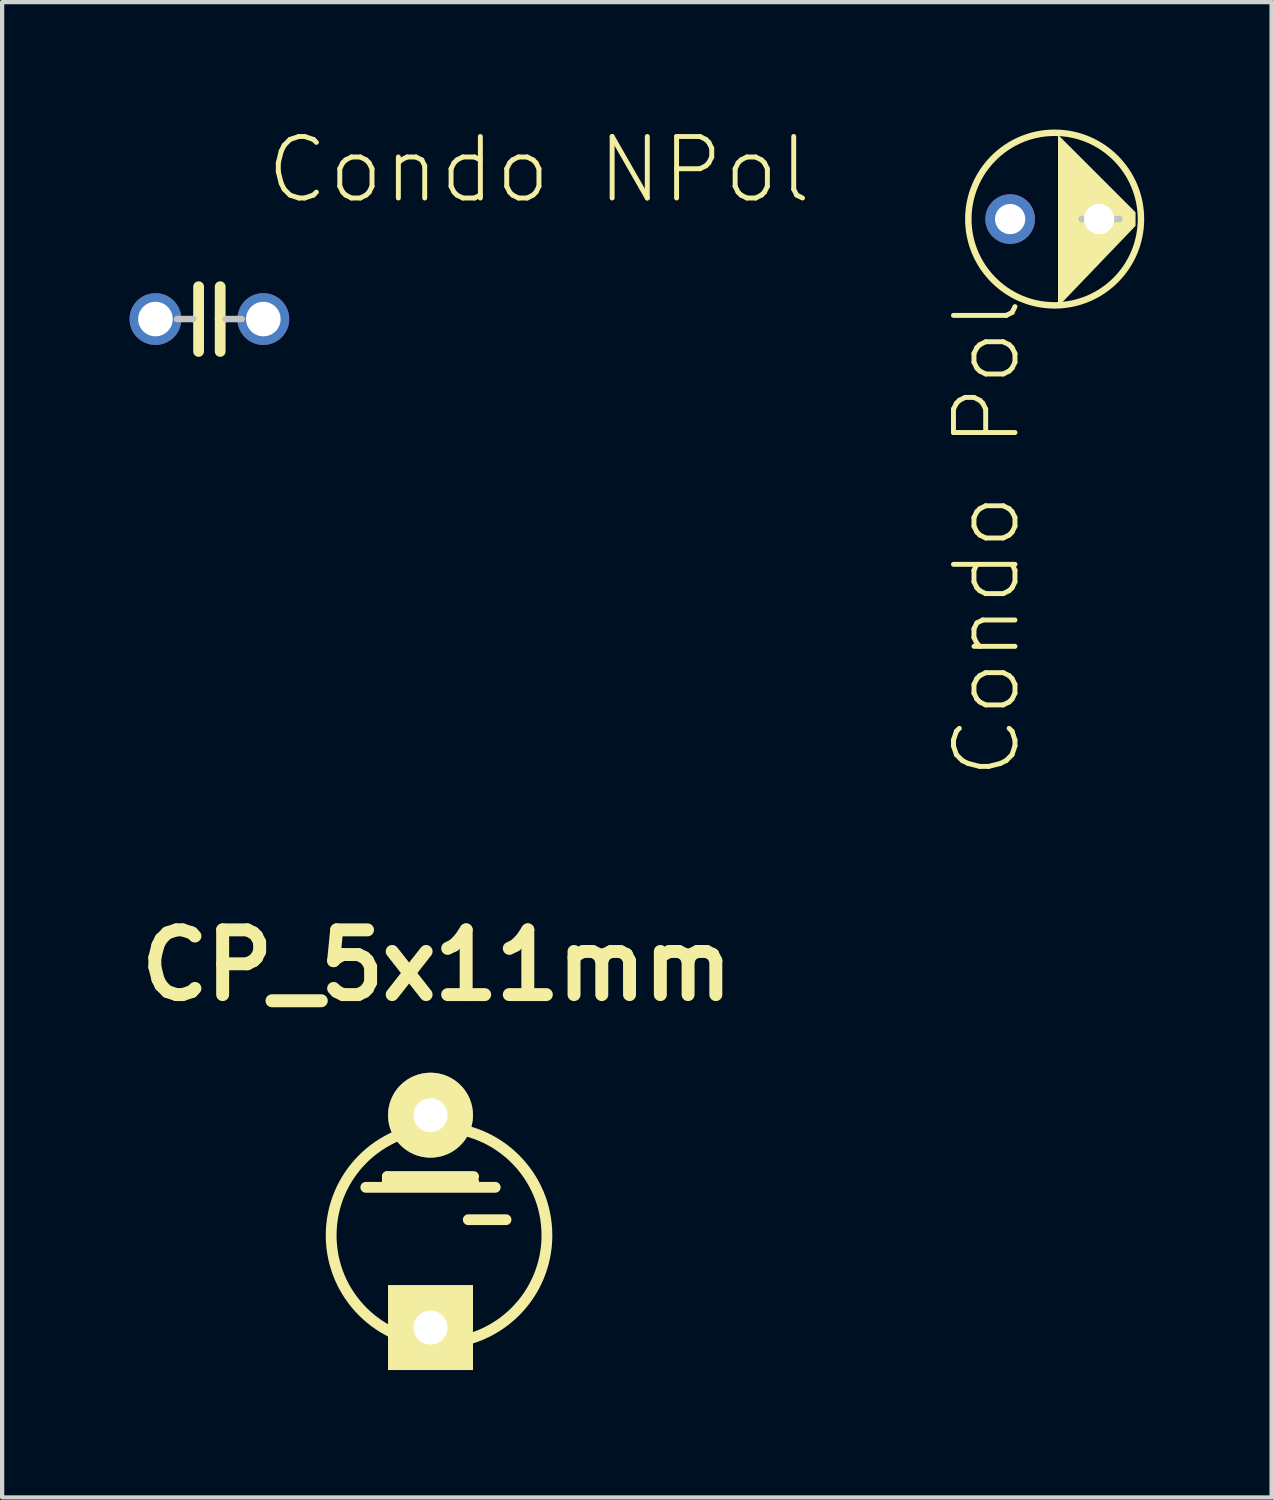
<source format=kicad_pcb>
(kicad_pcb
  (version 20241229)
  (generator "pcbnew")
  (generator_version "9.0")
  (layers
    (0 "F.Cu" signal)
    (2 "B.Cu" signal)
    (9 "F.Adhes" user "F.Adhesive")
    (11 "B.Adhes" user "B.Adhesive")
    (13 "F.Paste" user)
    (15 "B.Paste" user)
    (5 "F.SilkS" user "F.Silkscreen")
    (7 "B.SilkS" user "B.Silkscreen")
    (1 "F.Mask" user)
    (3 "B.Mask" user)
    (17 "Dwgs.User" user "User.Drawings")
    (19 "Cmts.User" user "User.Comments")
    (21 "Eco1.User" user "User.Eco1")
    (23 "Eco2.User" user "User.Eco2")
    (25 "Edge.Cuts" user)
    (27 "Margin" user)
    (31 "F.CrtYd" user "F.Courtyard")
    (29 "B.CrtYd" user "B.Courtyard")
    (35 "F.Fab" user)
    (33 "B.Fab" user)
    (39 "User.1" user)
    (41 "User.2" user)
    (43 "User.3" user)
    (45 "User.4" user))
  (footprint "CP_5x11mm"
    (layer "F.Cu")
    (at 7.086 26.937)
    (property "Reference" "CP_5x11mm" (at 0.15 -7.259 0) (layer "F.SilkS") (effects (font (size 1.524 1.524) (thickness 0.305))))
    (attr through_hole)
    (fp_line (start -1.524 -2.032) (end 1.524 -2.032) (stroke (width 0.254) (type solid)) (layer "F.SilkS"))
    (fp_line (start -1.016 -2.286) (end -1.016 -2.159) (stroke (width 0.254) (type solid)) (layer "F.SilkS"))
    (fp_line (start -1.016 -2.159) (end 1.016 -2.159) (stroke (width 0.254) (type solid)) (layer "F.SilkS"))
    (fp_line (start 0.889 -1.27) (end 1.778 -1.27) (stroke (width 0.254) (type solid)) (layer "F.SilkS"))
    (fp_line (start 1.016 -2.286) (end -1.016 -2.286) (stroke (width 0.254) (type solid)) (layer "F.SilkS"))
    (fp_circle (center 0.201 -0.902) (end -2.339 -0.902) (stroke (width 0.254) (type solid)) (fill no) (layer "F.SilkS"))
    (pad "1" thru_hole rect (at 0 1.27) (size 1.999 1.999) (drill 0.8) (layers "*.Cu" "*.Mask" "F.SilkS"))
    (pad "2" thru_hole circle (at 0 -3.731) (size 1.999 1.999) (drill 0.8) (layers "*.Cu" "*.Mask" "F.SilkS")))
  (footprint "Condo Pol"
    (layer "F.Cu")
    (at 21.781 2.108)
    (property "Reference" "Condo Pol" (at -2.445 1.778 270) (layer "F.SilkS") (effects (font (size 1.448 1.448) (thickness 0.116)) (justify right top)))
    (attr through_hole)
    (fp_circle (center 0 0) (end 2.032 0) (stroke (width 0.152) (type solid)) (fill no) (layer "F.SilkS"))
    (fp_poly (pts (xy 0.079 -1.984) (xy 0.079 2.064) (xy 1.905 0.159) (xy 1.905 -0.159)) (stroke (width 0) (type solid)) (fill yes) (layer "F.SilkS"))
    (fp_line (start 0.635 0) (end 1.524 0) (stroke (width 0.152) (type solid)) (layer "Dwgs.User"))
    (pad "+" thru_hole circle (at -1.048 0) (size 1.168 1.168) (drill 0.711) (layers "*.Cu" "*.Mask"))
    (pad "-" thru_hole circle (at 1.048 0) (size 1.168 1.168) (drill 0.711) (layers "*.Cu" "*.Mask")))
  (footprint "Condo NPol"
    (layer "F.Cu")
    (at 1.88 4.462)
    (property "Reference" "Condo NPol" (at 1.27 -2.667 180) (layer "F.SilkS") (effects (font (size 1.448 1.448) (thickness 0.116)) (justify left bottom)))
    (attr through_hole)
    (fp_line (start -0.254 -0.762) (end -0.254 0) (stroke (width 0.254) (type solid)) (layer "F.SilkS"))
    (fp_line (start -0.254 0) (end -0.381 0) (stroke (width 0.152) (type solid)) (layer "F.SilkS"))
    (fp_line (start -0.254 0) (end -0.254 0.762) (stroke (width 0.254) (type solid)) (layer "F.SilkS"))
    (fp_line (start 0.254 0) (end 0.254 -0.762) (stroke (width 0.254) (type solid)) (layer "F.SilkS"))
    (fp_line (start 0.254 0) (end 0.254 0.762) (stroke (width 0.254) (type solid)) (layer "F.SilkS"))
    (fp_line (start 0.381 0) (end 0.254 0) (stroke (width 0.152) (type solid)) (layer "F.SilkS"))
    (fp_line (start -0.381 0) (end -0.762 0) (stroke (width 0.152) (type solid)) (layer "Dwgs.User"))
    (fp_line (start 0.762 0) (end 0.381 0) (stroke (width 0.152) (type solid)) (layer "Dwgs.User"))
    (pad "1" thru_hole circle (at -1.27 0) (size 1.219 1.219) (drill 0.813) (layers "*.Cu" "*.Mask"))
    (pad "2" thru_hole circle (at 1.27 0) (size 1.219 1.219) (drill 0.813) (layers "*.Cu" "*.Mask")))
  (gr_rect
    (start -3 -3)
    (end 26.889 32.206)
    (stroke (width 0.1) (type default))
    (fill no)
    (layer "Edge.Cuts")))
</source>
